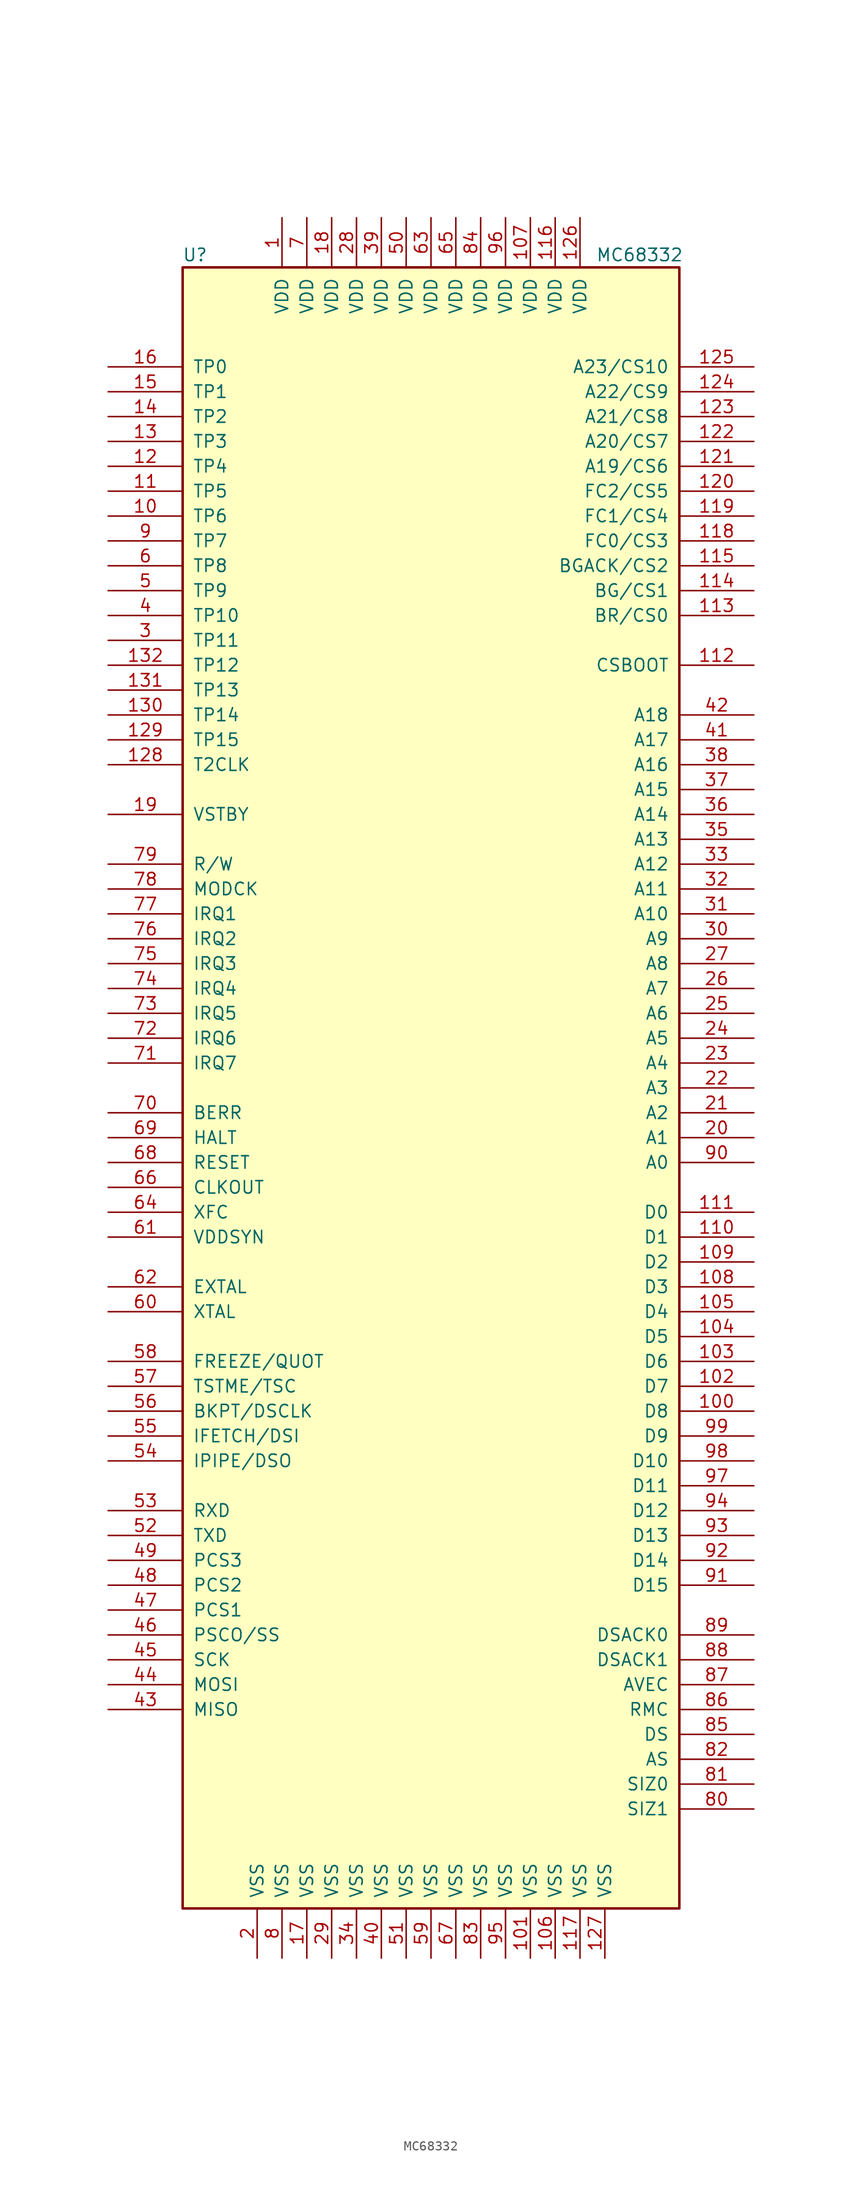
<source format=kicad_sym>
(kicad_symbol_lib
  (version 20201005)
  (generator kicad_symbol_editor)
  (symbol "MC68332"
    (pin_names
      (offset 1.016))
    (property "Reference" "U"
      (at -24.13 85.09 0)
      (effects (font (size 1.27 1.27))))
    (property "Value" "MC68332"
      (at 21.336 85.09 0)
      (effects (font (size 1.27 1.27))))
    (symbol "MC68332_0_1"
      (rectangle (start -25.4 -83.82) (end 25.4 83.82) (stroke (width 0.254)) (fill (type background))))
    (symbol "MC68332_1_0"
      (pin power_in line (at -17.78 -88.9 90) (length 5.08) (name "VSS" (effects (font (size 1.27 1.27)))) (number "2" (effects (font (size 1.27 1.27))))))
    (symbol "MC68332_1_1"
      (pin power_in line (at -15.24 88.9 270) (length 5.08) (name "VDD" (effects (font (size 1.27 1.27)))) (number "1" (effects (font (size 1.27 1.27)))))
      (pin input line (at -33.02 58.42 0) (length 7.62) (name "TP6" (effects (font (size 1.27 1.27)))) (number "10" (effects (font (size 1.27 1.27)))))
      (pin input line (at 33.02 -33.02 180) (length 7.62) (name "D8" (effects (font (size 1.27 1.27)))) (number "100" (effects (font (size 1.27 1.27)))))
      (pin power_in line (at 10.16 -88.9 90) (length 5.08) (name "VSS" (effects (font (size 1.27 1.27)))) (number "101" (effects (font (size 1.27 1.27)))))
      (pin input line (at 33.02 -30.48 180) (length 7.62) (name "D7" (effects (font (size 1.27 1.27)))) (number "102" (effects (font (size 1.27 1.27)))))
      (pin input line (at 33.02 -27.94 180) (length 7.62) (name "D6" (effects (font (size 1.27 1.27)))) (number "103" (effects (font (size 1.27 1.27)))))
      (pin input line (at 33.02 -25.4 180) (length 7.62) (name "D5" (effects (font (size 1.27 1.27)))) (number "104" (effects (font (size 1.27 1.27)))))
      (pin input line (at 33.02 -22.86 180) (length 7.62) (name "D4" (effects (font (size 1.27 1.27)))) (number "105" (effects (font (size 1.27 1.27)))))
      (pin power_in line (at 12.7 -88.9 90) (length 5.08) (name "VSS" (effects (font (size 1.27 1.27)))) (number "106" (effects (font (size 1.27 1.27)))))
      (pin power_in line (at 10.16 88.9 270) (length 5.08) (name "VDD" (effects (font (size 1.27 1.27)))) (number "107" (effects (font (size 1.27 1.27)))))
      (pin input line (at 33.02 -20.32 180) (length 7.62) (name "D3" (effects (font (size 1.27 1.27)))) (number "108" (effects (font (size 1.27 1.27)))))
      (pin input line (at 33.02 -17.78 180) (length 7.62) (name "D2" (effects (font (size 1.27 1.27)))) (number "109" (effects (font (size 1.27 1.27)))))
      (pin input line (at -33.02 60.96 0) (length 7.62) (name "TP5" (effects (font (size 1.27 1.27)))) (number "11" (effects (font (size 1.27 1.27)))))
      (pin input line (at 33.02 -15.24 180) (length 7.62) (name "D1" (effects (font (size 1.27 1.27)))) (number "110" (effects (font (size 1.27 1.27)))))
      (pin input line (at 33.02 -12.7 180) (length 7.62) (name "D0" (effects (font (size 1.27 1.27)))) (number "111" (effects (font (size 1.27 1.27)))))
      (pin output line (at 33.02 43.18 180) (length 7.62) (name "CSBOOT" (effects (font (size 1.27 1.27)))) (number "112" (effects (font (size 1.27 1.27)))))
      (pin input line (at 33.02 48.26 180) (length 7.62) (name "BR/CS0" (effects (font (size 1.27 1.27)))) (number "113" (effects (font (size 1.27 1.27)))))
      (pin output line (at 33.02 50.8 180) (length 7.62) (name "BG/CS1" (effects (font (size 1.27 1.27)))) (number "114" (effects (font (size 1.27 1.27)))))
      (pin input line (at 33.02 53.34 180) (length 7.62) (name "BGACK/CS2" (effects (font (size 1.27 1.27)))) (number "115" (effects (font (size 1.27 1.27)))))
      (pin power_in line (at 12.7 88.9 270) (length 5.08) (name "VDD" (effects (font (size 1.27 1.27)))) (number "116" (effects (font (size 1.27 1.27)))))
      (pin power_in line (at 15.24 -88.9 90) (length 5.08) (name "VSS" (effects (font (size 1.27 1.27)))) (number "117" (effects (font (size 1.27 1.27)))))
      (pin output line (at 33.02 55.88 180) (length 7.62) (name "FC0/CS3" (effects (font (size 1.27 1.27)))) (number "118" (effects (font (size 1.27 1.27)))))
      (pin output line (at 33.02 58.42 180) (length 7.62) (name "FC1/CS4" (effects (font (size 1.27 1.27)))) (number "119" (effects (font (size 1.27 1.27)))))
      (pin input line (at -33.02 63.5 0) (length 7.62) (name "TP4" (effects (font (size 1.27 1.27)))) (number "12" (effects (font (size 1.27 1.27)))))
      (pin output line (at 33.02 60.96 180) (length 7.62) (name "FC2/CS5" (effects (font (size 1.27 1.27)))) (number "120" (effects (font (size 1.27 1.27)))))
      (pin output line (at 33.02 63.5 180) (length 7.62) (name "A19/CS6" (effects (font (size 1.27 1.27)))) (number "121" (effects (font (size 1.27 1.27)))))
      (pin output line (at 33.02 66.04 180) (length 7.62) (name "A20/CS7" (effects (font (size 1.27 1.27)))) (number "122" (effects (font (size 1.27 1.27)))))
      (pin output line (at 33.02 68.58 180) (length 7.62) (name "A21/CS8" (effects (font (size 1.27 1.27)))) (number "123" (effects (font (size 1.27 1.27)))))
      (pin output line (at 33.02 71.12 180) (length 7.62) (name "A22/CS9" (effects (font (size 1.27 1.27)))) (number "124" (effects (font (size 1.27 1.27)))))
      (pin output line (at 33.02 73.66 180) (length 7.62) (name "A23/CS10" (effects (font (size 1.27 1.27)))) (number "125" (effects (font (size 1.27 1.27)))))
      (pin power_in line (at 15.24 88.9 270) (length 5.08) (name "VDD" (effects (font (size 1.27 1.27)))) (number "126" (effects (font (size 1.27 1.27)))))
      (pin power_in line (at 17.78 -88.9 90) (length 5.08) (name "VSS" (effects (font (size 1.27 1.27)))) (number "127" (effects (font (size 1.27 1.27)))))
      (pin input line (at -33.02 33.02 0) (length 7.62) (name "T2CLK" (effects (font (size 1.27 1.27)))) (number "128" (effects (font (size 1.27 1.27)))))
      (pin input line (at -33.02 35.56 0) (length 7.62) (name "TP15" (effects (font (size 1.27 1.27)))) (number "129" (effects (font (size 1.27 1.27)))))
      (pin input line (at -33.02 66.04 0) (length 7.62) (name "TP3" (effects (font (size 1.27 1.27)))) (number "13" (effects (font (size 1.27 1.27)))))
      (pin input line (at -33.02 38.1 0) (length 7.62) (name "TP14" (effects (font (size 1.27 1.27)))) (number "130" (effects (font (size 1.27 1.27)))))
      (pin input line (at -33.02 40.64 0) (length 7.62) (name "TP13" (effects (font (size 1.27 1.27)))) (number "131" (effects (font (size 1.27 1.27)))))
      (pin input line (at -33.02 43.18 0) (length 7.62) (name "TP12" (effects (font (size 1.27 1.27)))) (number "132" (effects (font (size 1.27 1.27)))))
      (pin input line (at -33.02 68.58 0) (length 7.62) (name "TP2" (effects (font (size 1.27 1.27)))) (number "14" (effects (font (size 1.27 1.27)))))
      (pin input line (at -33.02 71.12 0) (length 7.62) (name "TP1" (effects (font (size 1.27 1.27)))) (number "15" (effects (font (size 1.27 1.27)))))
      (pin input line (at -33.02 73.66 0) (length 7.62) (name "TP0" (effects (font (size 1.27 1.27)))) (number "16" (effects (font (size 1.27 1.27)))))
      (pin power_in line (at -12.7 -88.9 90) (length 5.08) (name "VSS" (effects (font (size 1.27 1.27)))) (number "17" (effects (font (size 1.27 1.27)))))
      (pin power_in line (at -10.16 88.9 270) (length 5.08) (name "VDD" (effects (font (size 1.27 1.27)))) (number "18" (effects (font (size 1.27 1.27)))))
      (pin input line (at -33.02 27.94 0) (length 7.62) (name "VSTBY" (effects (font (size 1.27 1.27)))) (number "19" (effects (font (size 1.27 1.27)))))
      (pin output line (at 33.02 -5.08 180) (length 7.62) (name "A1" (effects (font (size 1.27 1.27)))) (number "20" (effects (font (size 1.27 1.27)))))
      (pin output line (at 33.02 -2.54 180) (length 7.62) (name "A2" (effects (font (size 1.27 1.27)))) (number "21" (effects (font (size 1.27 1.27)))))
      (pin output line (at 33.02 0 180) (length 7.62) (name "A3" (effects (font (size 1.27 1.27)))) (number "22" (effects (font (size 1.27 1.27)))))
      (pin output line (at 33.02 2.54 180) (length 7.62) (name "A4" (effects (font (size 1.27 1.27)))) (number "23" (effects (font (size 1.27 1.27)))))
      (pin output line (at 33.02 5.08 180) (length 7.62) (name "A5" (effects (font (size 1.27 1.27)))) (number "24" (effects (font (size 1.27 1.27)))))
      (pin output line (at 33.02 7.62 180) (length 7.62) (name "A6" (effects (font (size 1.27 1.27)))) (number "25" (effects (font (size 1.27 1.27)))))
      (pin output line (at 33.02 10.16 180) (length 7.62) (name "A7" (effects (font (size 1.27 1.27)))) (number "26" (effects (font (size 1.27 1.27)))))
      (pin output line (at 33.02 12.7 180) (length 7.62) (name "A8" (effects (font (size 1.27 1.27)))) (number "27" (effects (font (size 1.27 1.27)))))
      (pin power_in line (at -7.62 88.9 270) (length 5.08) (name "VDD" (effects (font (size 1.27 1.27)))) (number "28" (effects (font (size 1.27 1.27)))))
      (pin power_in line (at -10.16 -88.9 90) (length 5.08) (name "VSS" (effects (font (size 1.27 1.27)))) (number "29" (effects (font (size 1.27 1.27)))))
      (pin input line (at -33.02 45.72 0) (length 7.62) (name "TP11" (effects (font (size 1.27 1.27)))) (number "3" (effects (font (size 1.27 1.27)))))
      (pin output line (at 33.02 15.24 180) (length 7.62) (name "A9" (effects (font (size 1.27 1.27)))) (number "30" (effects (font (size 1.27 1.27)))))
      (pin output line (at 33.02 17.78 180) (length 7.62) (name "A10" (effects (font (size 1.27 1.27)))) (number "31" (effects (font (size 1.27 1.27)))))
      (pin output line (at 33.02 20.32 180) (length 7.62) (name "A11" (effects (font (size 1.27 1.27)))) (number "32" (effects (font (size 1.27 1.27)))))
      (pin output line (at 33.02 22.86 180) (length 7.62) (name "A12" (effects (font (size 1.27 1.27)))) (number "33" (effects (font (size 1.27 1.27)))))
      (pin power_in line (at -7.62 -88.9 90) (length 5.08) (name "VSS" (effects (font (size 1.27 1.27)))) (number "34" (effects (font (size 1.27 1.27)))))
      (pin output line (at 33.02 25.4 180) (length 7.62) (name "A13" (effects (font (size 1.27 1.27)))) (number "35" (effects (font (size 1.27 1.27)))))
      (pin output line (at 33.02 27.94 180) (length 7.62) (name "A14" (effects (font (size 1.27 1.27)))) (number "36" (effects (font (size 1.27 1.27)))))
      (pin output line (at 33.02 30.48 180) (length 7.62) (name "A15" (effects (font (size 1.27 1.27)))) (number "37" (effects (font (size 1.27 1.27)))))
      (pin output line (at 33.02 33.02 180) (length 7.62) (name "A16" (effects (font (size 1.27 1.27)))) (number "38" (effects (font (size 1.27 1.27)))))
      (pin power_in line (at -5.08 88.9 270) (length 5.08) (name "VDD" (effects (font (size 1.27 1.27)))) (number "39" (effects (font (size 1.27 1.27)))))
      (pin input line (at -33.02 48.26 0) (length 7.62) (name "TP10" (effects (font (size 1.27 1.27)))) (number "4" (effects (font (size 1.27 1.27)))))
      (pin power_in line (at -5.08 -88.9 90) (length 5.08) (name "VSS" (effects (font (size 1.27 1.27)))) (number "40" (effects (font (size 1.27 1.27)))))
      (pin output line (at 33.02 35.56 180) (length 7.62) (name "A17" (effects (font (size 1.27 1.27)))) (number "41" (effects (font (size 1.27 1.27)))))
      (pin output line (at 33.02 38.1 180) (length 7.62) (name "A18" (effects (font (size 1.27 1.27)))) (number "42" (effects (font (size 1.27 1.27)))))
      (pin input line (at -33.02 -63.5 0) (length 7.62) (name "MISO" (effects (font (size 1.27 1.27)))) (number "43" (effects (font (size 1.27 1.27)))))
      (pin input line (at -33.02 -60.96 0) (length 7.62) (name "MOSI" (effects (font (size 1.27 1.27)))) (number "44" (effects (font (size 1.27 1.27)))))
      (pin input line (at -33.02 -58.42 0) (length 7.62) (name "SCK" (effects (font (size 1.27 1.27)))) (number "45" (effects (font (size 1.27 1.27)))))
      (pin input line (at -33.02 -55.88 0) (length 7.62) (name "PSCO/SS" (effects (font (size 1.27 1.27)))) (number "46" (effects (font (size 1.27 1.27)))))
      (pin input line (at -33.02 -53.34 0) (length 7.62) (name "PCS1" (effects (font (size 1.27 1.27)))) (number "47" (effects (font (size 1.27 1.27)))))
      (pin input line (at -33.02 -50.8 0) (length 7.62) (name "PCS2" (effects (font (size 1.27 1.27)))) (number "48" (effects (font (size 1.27 1.27)))))
      (pin input line (at -33.02 -48.26 0) (length 7.62) (name "PCS3" (effects (font (size 1.27 1.27)))) (number "49" (effects (font (size 1.27 1.27)))))
      (pin input line (at -33.02 50.8 0) (length 7.62) (name "TP9" (effects (font (size 1.27 1.27)))) (number "5" (effects (font (size 1.27 1.27)))))
      (pin power_in line (at -2.54 88.9 270) (length 5.08) (name "VDD" (effects (font (size 1.27 1.27)))) (number "50" (effects (font (size 1.27 1.27)))))
      (pin power_in line (at -2.54 -88.9 90) (length 5.08) (name "VSS" (effects (font (size 1.27 1.27)))) (number "51" (effects (font (size 1.27 1.27)))))
      (pin input line (at -33.02 -45.72 0) (length 7.62) (name "TXD" (effects (font (size 1.27 1.27)))) (number "52" (effects (font (size 1.27 1.27)))))
      (pin input line (at -33.02 -43.18 0) (length 7.62) (name "RXD" (effects (font (size 1.27 1.27)))) (number "53" (effects (font (size 1.27 1.27)))))
      (pin output line (at -33.02 -38.1 0) (length 7.62) (name "IPIPE/DSO" (effects (font (size 1.27 1.27)))) (number "54" (effects (font (size 1.27 1.27)))))
      (pin input line (at -33.02 -35.56 0) (length 7.62) (name "IFETCH/DSI" (effects (font (size 1.27 1.27)))) (number "55" (effects (font (size 1.27 1.27)))))
      (pin input line (at -33.02 -33.02 0) (length 7.62) (name "BKPT/DSCLK" (effects (font (size 1.27 1.27)))) (number "56" (effects (font (size 1.27 1.27)))))
      (pin input line (at -33.02 -30.48 0) (length 7.62) (name "TSTME/TSC" (effects (font (size 1.27 1.27)))) (number "57" (effects (font (size 1.27 1.27)))))
      (pin output line (at -33.02 -27.94 0) (length 7.62) (name "FREEZE/QUOT" (effects (font (size 1.27 1.27)))) (number "58" (effects (font (size 1.27 1.27)))))
      (pin power_in line (at 0 -88.9 90) (length 5.08) (name "VSS" (effects (font (size 1.27 1.27)))) (number "59" (effects (font (size 1.27 1.27)))))
      (pin input line (at -33.02 53.34 0) (length 7.62) (name "TP8" (effects (font (size 1.27 1.27)))) (number "6" (effects (font (size 1.27 1.27)))))
      (pin output line (at -33.02 -22.86 0) (length 7.62) (name "XTAL" (effects (font (size 1.27 1.27)))) (number "60" (effects (font (size 1.27 1.27)))))
      (pin input line (at -33.02 -15.24 0) (length 7.62) (name "VDDSYN" (effects (font (size 1.27 1.27)))) (number "61" (effects (font (size 1.27 1.27)))))
      (pin input line (at -33.02 -20.32 0) (length 7.62) (name "EXTAL" (effects (font (size 1.27 1.27)))) (number "62" (effects (font (size 1.27 1.27)))))
      (pin power_in line (at 0 88.9 270) (length 5.08) (name "VDD" (effects (font (size 1.27 1.27)))) (number "63" (effects (font (size 1.27 1.27)))))
      (pin input line (at -33.02 -12.7 0) (length 7.62) (name "XFC" (effects (font (size 1.27 1.27)))) (number "64" (effects (font (size 1.27 1.27)))))
      (pin power_in line (at 2.54 88.9 270) (length 5.08) (name "VDD" (effects (font (size 1.27 1.27)))) (number "65" (effects (font (size 1.27 1.27)))))
      (pin output line (at -33.02 -10.16 0) (length 7.62) (name "CLKOUT" (effects (font (size 1.27 1.27)))) (number "66" (effects (font (size 1.27 1.27)))))
      (pin power_in line (at 2.54 -88.9 90) (length 5.08) (name "VSS" (effects (font (size 1.27 1.27)))) (number "67" (effects (font (size 1.27 1.27)))))
      (pin input line (at -33.02 -7.62 0) (length 7.62) (name "RESET" (effects (font (size 1.27 1.27)))) (number "68" (effects (font (size 1.27 1.27)))))
      (pin input line (at -33.02 -5.08 0) (length 7.62) (name "HALT" (effects (font (size 1.27 1.27)))) (number "69" (effects (font (size 1.27 1.27)))))
      (pin power_in line (at -12.7 88.9 270) (length 5.08) (name "VDD" (effects (font (size 1.27 1.27)))) (number "7" (effects (font (size 1.27 1.27)))))
      (pin input line (at -33.02 -2.54 0) (length 7.62) (name "BERR" (effects (font (size 1.27 1.27)))) (number "70" (effects (font (size 1.27 1.27)))))
      (pin input line (at -33.02 2.54 0) (length 7.62) (name "IRQ7" (effects (font (size 1.27 1.27)))) (number "71" (effects (font (size 1.27 1.27)))))
      (pin input line (at -33.02 5.08 0) (length 7.62) (name "IRQ6" (effects (font (size 1.27 1.27)))) (number "72" (effects (font (size 1.27 1.27)))))
      (pin input line (at -33.02 7.62 0) (length 7.62) (name "IRQ5" (effects (font (size 1.27 1.27)))) (number "73" (effects (font (size 1.27 1.27)))))
      (pin input line (at -33.02 10.16 0) (length 7.62) (name "IRQ4" (effects (font (size 1.27 1.27)))) (number "74" (effects (font (size 1.27 1.27)))))
      (pin input line (at -33.02 12.7 0) (length 7.62) (name "IRQ3" (effects (font (size 1.27 1.27)))) (number "75" (effects (font (size 1.27 1.27)))))
      (pin input line (at -33.02 15.24 0) (length 7.62) (name "IRQ2" (effects (font (size 1.27 1.27)))) (number "76" (effects (font (size 1.27 1.27)))))
      (pin input line (at -33.02 17.78 0) (length 7.62) (name "IRQ1" (effects (font (size 1.27 1.27)))) (number "77" (effects (font (size 1.27 1.27)))))
      (pin input line (at -33.02 20.32 0) (length 7.62) (name "MODCK" (effects (font (size 1.27 1.27)))) (number "78" (effects (font (size 1.27 1.27)))))
      (pin input line (at -33.02 22.86 0) (length 7.62) (name "R/W" (effects (font (size 1.27 1.27)))) (number "79" (effects (font (size 1.27 1.27)))))
      (pin power_in line (at -15.24 -88.9 90) (length 5.08) (name "VSS" (effects (font (size 1.27 1.27)))) (number "8" (effects (font (size 1.27 1.27)))))
      (pin input line (at 33.02 -73.66 180) (length 7.62) (name "SIZ1" (effects (font (size 1.27 1.27)))) (number "80" (effects (font (size 1.27 1.27)))))
      (pin input line (at 33.02 -71.12 180) (length 7.62) (name "SIZ0" (effects (font (size 1.27 1.27)))) (number "81" (effects (font (size 1.27 1.27)))))
      (pin input line (at 33.02 -68.58 180) (length 7.62) (name "AS" (effects (font (size 1.27 1.27)))) (number "82" (effects (font (size 1.27 1.27)))))
      (pin power_in line (at 5.08 -88.9 90) (length 5.08) (name "VSS" (effects (font (size 1.27 1.27)))) (number "83" (effects (font (size 1.27 1.27)))))
      (pin power_in line (at 5.08 88.9 270) (length 5.08) (name "VDD" (effects (font (size 1.27 1.27)))) (number "84" (effects (font (size 1.27 1.27)))))
      (pin input line (at 33.02 -66.04 180) (length 7.62) (name "DS" (effects (font (size 1.27 1.27)))) (number "85" (effects (font (size 1.27 1.27)))))
      (pin input line (at 33.02 -63.5 180) (length 7.62) (name "RMC" (effects (font (size 1.27 1.27)))) (number "86" (effects (font (size 1.27 1.27)))))
      (pin input line (at 33.02 -60.96 180) (length 7.62) (name "AVEC" (effects (font (size 1.27 1.27)))) (number "87" (effects (font (size 1.27 1.27)))))
      (pin input line (at 33.02 -58.42 180) (length 7.62) (name "DSACK1" (effects (font (size 1.27 1.27)))) (number "88" (effects (font (size 1.27 1.27)))))
      (pin input line (at 33.02 -55.88 180) (length 7.62) (name "DSACK0" (effects (font (size 1.27 1.27)))) (number "89" (effects (font (size 1.27 1.27)))))
      (pin input line (at -33.02 55.88 0) (length 7.62) (name "TP7" (effects (font (size 1.27 1.27)))) (number "9" (effects (font (size 1.27 1.27)))))
      (pin output line (at 33.02 -7.62 180) (length 7.62) (name "A0" (effects (font (size 1.27 1.27)))) (number "90" (effects (font (size 1.27 1.27)))))
      (pin input line (at 33.02 -50.8 180) (length 7.62) (name "D15" (effects (font (size 1.27 1.27)))) (number "91" (effects (font (size 1.27 1.27)))))
      (pin input line (at 33.02 -48.26 180) (length 7.62) (name "D14" (effects (font (size 1.27 1.27)))) (number "92" (effects (font (size 1.27 1.27)))))
      (pin input line (at 33.02 -45.72 180) (length 7.62) (name "D13" (effects (font (size 1.27 1.27)))) (number "93" (effects (font (size 1.27 1.27)))))
      (pin input line (at 33.02 -43.18 180) (length 7.62) (name "D12" (effects (font (size 1.27 1.27)))) (number "94" (effects (font (size 1.27 1.27)))))
      (pin power_in line (at 7.62 -88.9 90) (length 5.08) (name "VSS" (effects (font (size 1.27 1.27)))) (number "95" (effects (font (size 1.27 1.27)))))
      (pin power_in line (at 7.62 88.9 270) (length 5.08) (name "VDD" (effects (font (size 1.27 1.27)))) (number "96" (effects (font (size 1.27 1.27)))))
      (pin input line (at 33.02 -40.64 180) (length 7.62) (name "D11" (effects (font (size 1.27 1.27)))) (number "97" (effects (font (size 1.27 1.27)))))
      (pin input line (at 33.02 -38.1 180) (length 7.62) (name "D10" (effects (font (size 1.27 1.27)))) (number "98" (effects (font (size 1.27 1.27)))))
      (pin input line (at 33.02 -35.56 180) (length 7.62) (name "D9" (effects (font (size 1.27 1.27)))) (number "99" (effects (font (size 1.27 1.27))))))))
</source>
